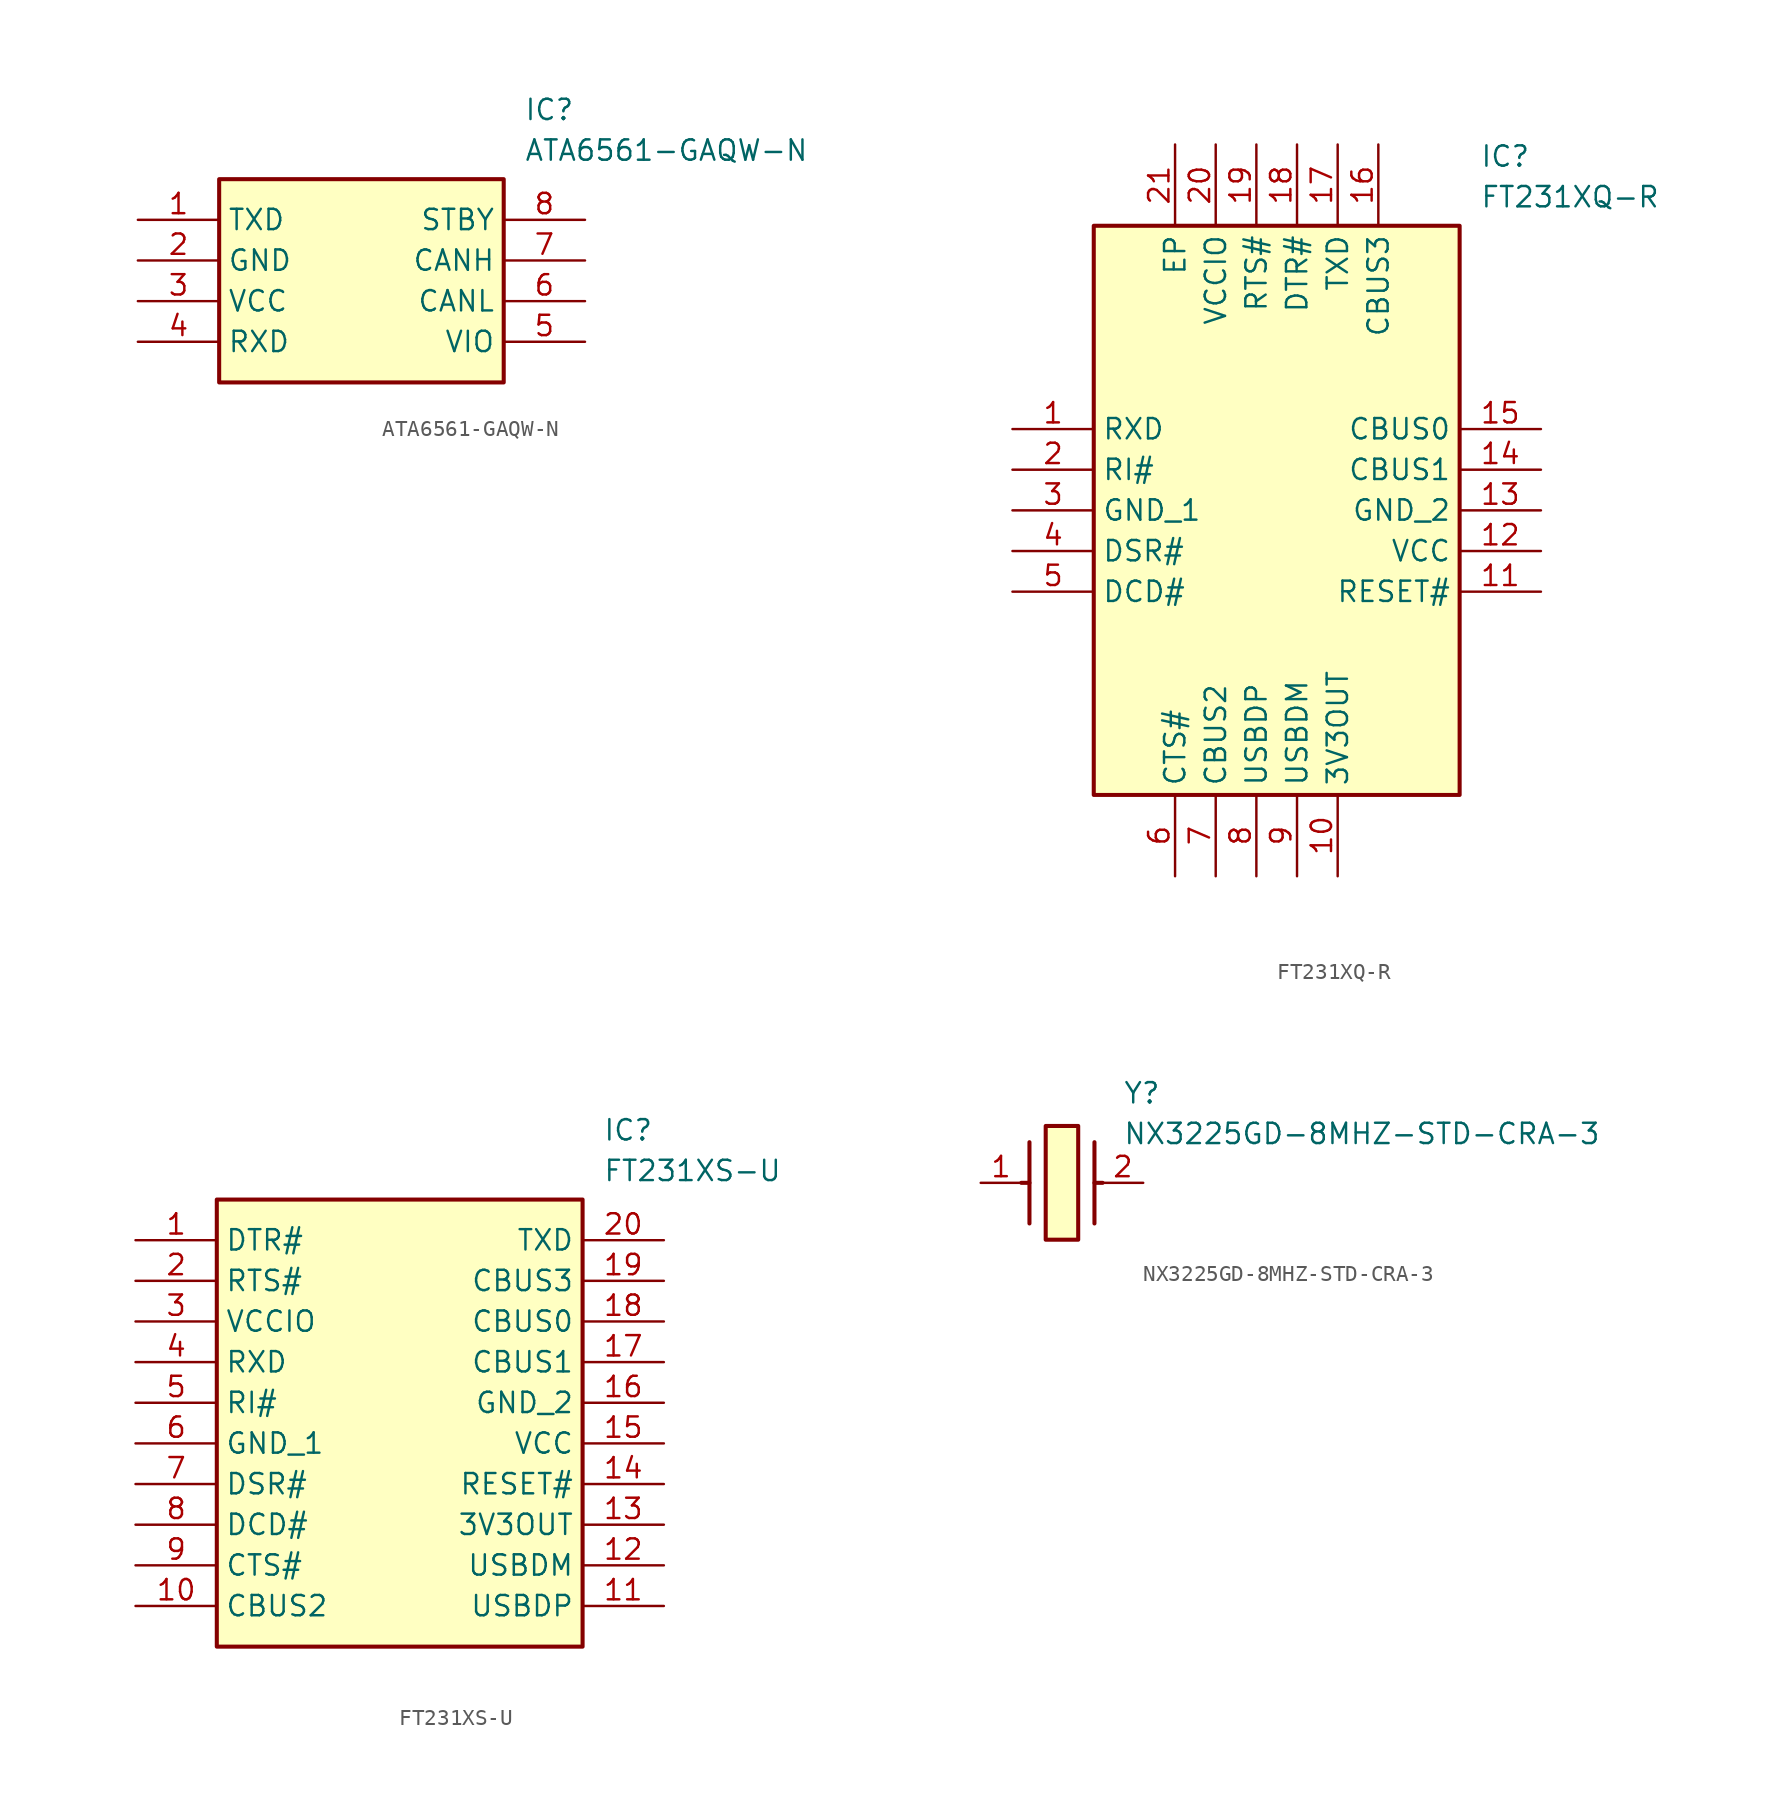
<source format=kicad_sym>
(kicad_symbol_lib
  (version 20241209)
  (generator "kicad_symbol_editor")
  (generator_version "9.0")
  (symbol "ATA6561-GAQW-N"
    (property "Reference" "IC"
      (at 24.13 7.62 0)
      (effects (font (size 1.27 1.27)) (justify left top)))
    (property "Value" "ATA6561-GAQW-N"
      (at 24.13 5.08 0)
      (effects (font (size 1.27 1.27)) (justify left top)))
    (symbol "ATA6561-GAQW-N_1_1"
      (rectangle (start 5.08 2.54) (end 22.86 -10.16) (stroke (width 0.254) (type default)) (fill (type background)))
      (pin passive line (at 0 0 0) (length 5.08) (name "TXD" (effects (font (size 1.27 1.27)))) (number "1" (effects (font (size 1.27 1.27)))))
      (pin passive line (at 0 -2.54 0) (length 5.08) (name "GND" (effects (font (size 1.27 1.27)))) (number "2" (effects (font (size 1.27 1.27)))))
      (pin passive line (at 0 -5.08 0) (length 5.08) (name "VCC" (effects (font (size 1.27 1.27)))) (number "3" (effects (font (size 1.27 1.27)))))
      (pin passive line (at 0 -7.62 0) (length 5.08) (name "RXD" (effects (font (size 1.27 1.27)))) (number "4" (effects (font (size 1.27 1.27)))))
      (pin passive line (at 27.94 0 180) (length 5.08) (name "STBY" (effects (font (size 1.27 1.27)))) (number "8" (effects (font (size 1.27 1.27)))))
      (pin passive line (at 27.94 -2.54 180) (length 5.08) (name "CANH" (effects (font (size 1.27 1.27)))) (number "7" (effects (font (size 1.27 1.27)))))
      (pin passive line (at 27.94 -5.08 180) (length 5.08) (name "CANL" (effects (font (size 1.27 1.27)))) (number "6" (effects (font (size 1.27 1.27)))))
      (pin passive line (at 27.94 -7.62 180) (length 5.08) (name "VIO" (effects (font (size 1.27 1.27)))) (number "5" (effects (font (size 1.27 1.27)))))))
  (symbol "FT231XQ-R"
    (property "Reference" "IC"
      (at 29.21 17.78 0)
      (effects (font (size 1.27 1.27)) (justify left top)))
    (property "Value" "FT231XQ-R"
      (at 29.21 15.24 0)
      (effects (font (size 1.27 1.27)) (justify left top)))
    (symbol "FT231XQ-R_1_1"
      (rectangle (start 5.08 12.7) (end 27.94 -22.86) (stroke (width 0.254) (type default)) (fill (type background)))
      (pin passive line (at 0 0 0) (length 5.08) (name "RXD" (effects (font (size 1.27 1.27)))) (number "1" (effects (font (size 1.27 1.27)))))
      (pin passive line (at 0 -2.54 0) (length 5.08) (name "RI#" (effects (font (size 1.27 1.27)))) (number "2" (effects (font (size 1.27 1.27)))))
      (pin passive line (at 0 -5.08 0) (length 5.08) (name "GND_1" (effects (font (size 1.27 1.27)))) (number "3" (effects (font (size 1.27 1.27)))))
      (pin passive line (at 0 -7.62 0) (length 5.08) (name "DSR#" (effects (font (size 1.27 1.27)))) (number "4" (effects (font (size 1.27 1.27)))))
      (pin passive line (at 0 -10.16 0) (length 5.08) (name "DCD#" (effects (font (size 1.27 1.27)))) (number "5" (effects (font (size 1.27 1.27)))))
      (pin passive line (at 10.16 17.78 270) (length 5.08) (name "EP" (effects (font (size 1.27 1.27)))) (number "21" (effects (font (size 1.27 1.27)))))
      (pin passive line (at 10.16 -27.94 90) (length 5.08) (name "CTS#" (effects (font (size 1.27 1.27)))) (number "6" (effects (font (size 1.27 1.27)))))
      (pin passive line (at 12.7 17.78 270) (length 5.08) (name "VCCIO" (effects (font (size 1.27 1.27)))) (number "20" (effects (font (size 1.27 1.27)))))
      (pin passive line (at 12.7 -27.94 90) (length 5.08) (name "CBUS2" (effects (font (size 1.27 1.27)))) (number "7" (effects (font (size 1.27 1.27)))))
      (pin passive line (at 15.24 17.78 270) (length 5.08) (name "RTS#" (effects (font (size 1.27 1.27)))) (number "19" (effects (font (size 1.27 1.27)))))
      (pin passive line (at 15.24 -27.94 90) (length 5.08) (name "USBDP" (effects (font (size 1.27 1.27)))) (number "8" (effects (font (size 1.27 1.27)))))
      (pin passive line (at 17.78 17.78 270) (length 5.08) (name "DTR#" (effects (font (size 1.27 1.27)))) (number "18" (effects (font (size 1.27 1.27)))))
      (pin passive line (at 17.78 -27.94 90) (length 5.08) (name "USBDM" (effects (font (size 1.27 1.27)))) (number "9" (effects (font (size 1.27 1.27)))))
      (pin passive line (at 20.32 17.78 270) (length 5.08) (name "TXD" (effects (font (size 1.27 1.27)))) (number "17" (effects (font (size 1.27 1.27)))))
      (pin passive line (at 20.32 -27.94 90) (length 5.08) (name "3V3OUT" (effects (font (size 1.27 1.27)))) (number "10" (effects (font (size 1.27 1.27)))))
      (pin passive line (at 22.86 17.78 270) (length 5.08) (name "CBUS3" (effects (font (size 1.27 1.27)))) (number "16" (effects (font (size 1.27 1.27)))))
      (pin passive line (at 33.02 0 180) (length 5.08) (name "CBUS0" (effects (font (size 1.27 1.27)))) (number "15" (effects (font (size 1.27 1.27)))))
      (pin passive line (at 33.02 -2.54 180) (length 5.08) (name "CBUS1" (effects (font (size 1.27 1.27)))) (number "14" (effects (font (size 1.27 1.27)))))
      (pin passive line (at 33.02 -5.08 180) (length 5.08) (name "GND_2" (effects (font (size 1.27 1.27)))) (number "13" (effects (font (size 1.27 1.27)))))
      (pin passive line (at 33.02 -7.62 180) (length 5.08) (name "VCC" (effects (font (size 1.27 1.27)))) (number "12" (effects (font (size 1.27 1.27)))))
      (pin passive line (at 33.02 -10.16 180) (length 5.08) (name "RESET#" (effects (font (size 1.27 1.27)))) (number "11" (effects (font (size 1.27 1.27)))))))
  (symbol "FT231XS-U"
    (property "Reference" "IC"
      (at 29.21 7.62 0)
      (effects (font (size 1.27 1.27)) (justify left top)))
    (property "Value" "FT231XS-U"
      (at 29.21 5.08 0)
      (effects (font (size 1.27 1.27)) (justify left top)))
    (symbol "FT231XS-U_1_1"
      (rectangle (start 5.08 2.54) (end 27.94 -25.4) (stroke (width 0.254) (type default)) (fill (type background)))
      (pin passive line (at 0 0 0) (length 5.08) (name "DTR#" (effects (font (size 1.27 1.27)))) (number "1" (effects (font (size 1.27 1.27)))))
      (pin passive line (at 0 -2.54 0) (length 5.08) (name "RTS#" (effects (font (size 1.27 1.27)))) (number "2" (effects (font (size 1.27 1.27)))))
      (pin passive line (at 0 -5.08 0) (length 5.08) (name "VCCIO" (effects (font (size 1.27 1.27)))) (number "3" (effects (font (size 1.27 1.27)))))
      (pin passive line (at 0 -7.62 0) (length 5.08) (name "RXD" (effects (font (size 1.27 1.27)))) (number "4" (effects (font (size 1.27 1.27)))))
      (pin passive line (at 0 -10.16 0) (length 5.08) (name "RI#" (effects (font (size 1.27 1.27)))) (number "5" (effects (font (size 1.27 1.27)))))
      (pin passive line (at 0 -12.7 0) (length 5.08) (name "GND_1" (effects (font (size 1.27 1.27)))) (number "6" (effects (font (size 1.27 1.27)))))
      (pin passive line (at 0 -15.24 0) (length 5.08) (name "DSR#" (effects (font (size 1.27 1.27)))) (number "7" (effects (font (size 1.27 1.27)))))
      (pin passive line (at 0 -17.78 0) (length 5.08) (name "DCD#" (effects (font (size 1.27 1.27)))) (number "8" (effects (font (size 1.27 1.27)))))
      (pin passive line (at 0 -20.32 0) (length 5.08) (name "CTS#" (effects (font (size 1.27 1.27)))) (number "9" (effects (font (size 1.27 1.27)))))
      (pin passive line (at 0 -22.86 0) (length 5.08) (name "CBUS2" (effects (font (size 1.27 1.27)))) (number "10" (effects (font (size 1.27 1.27)))))
      (pin passive line (at 33.02 0 180) (length 5.08) (name "TXD" (effects (font (size 1.27 1.27)))) (number "20" (effects (font (size 1.27 1.27)))))
      (pin passive line (at 33.02 -2.54 180) (length 5.08) (name "CBUS3" (effects (font (size 1.27 1.27)))) (number "19" (effects (font (size 1.27 1.27)))))
      (pin passive line (at 33.02 -5.08 180) (length 5.08) (name "CBUS0" (effects (font (size 1.27 1.27)))) (number "18" (effects (font (size 1.27 1.27)))))
      (pin passive line (at 33.02 -7.62 180) (length 5.08) (name "CBUS1" (effects (font (size 1.27 1.27)))) (number "17" (effects (font (size 1.27 1.27)))))
      (pin passive line (at 33.02 -10.16 180) (length 5.08) (name "GND_2" (effects (font (size 1.27 1.27)))) (number "16" (effects (font (size 1.27 1.27)))))
      (pin passive line (at 33.02 -12.7 180) (length 5.08) (name "VCC" (effects (font (size 1.27 1.27)))) (number "15" (effects (font (size 1.27 1.27)))))
      (pin passive line (at 33.02 -15.24 180) (length 5.08) (name "RESET#" (effects (font (size 1.27 1.27)))) (number "14" (effects (font (size 1.27 1.27)))))
      (pin passive line (at 33.02 -17.78 180) (length 5.08) (name "3V3OUT" (effects (font (size 1.27 1.27)))) (number "13" (effects (font (size 1.27 1.27)))))
      (pin passive line (at 33.02 -20.32 180) (length 5.08) (name "USBDM" (effects (font (size 1.27 1.27)))) (number "12" (effects (font (size 1.27 1.27)))))
      (pin passive line (at 33.02 -22.86 180) (length 5.08) (name "USBDP" (effects (font (size 1.27 1.27)))) (number "11" (effects (font (size 1.27 1.27)))))))
  (symbol "NX3225GD-8MHZ-STD-CRA-3"
    (pin_names
      (hide yes))
    (property "Reference" "Y"
      (at 8.89 6.35 0)
      (effects (font (size 1.27 1.27)) (justify left top)))
    (property "Value" "NX3225GD-8MHZ-STD-CRA-3"
      (at 8.89 3.81 0)
      (effects (font (size 1.27 1.27)) (justify left top)))
    (symbol "NX3225GD-8MHZ-STD-CRA-3_1_1"
      (polyline (pts (xy 3.048 2.54) (xy 3.048 -2.54)) (stroke (width 0.254) (type default)) (fill (type none)))
      (polyline (pts (xy 3.048 0) (xy 2.54 0)) (stroke (width 0.254) (type default)) (fill (type none)))
      (rectangle (start 4.064 3.556) (end 6.096 -3.556) (stroke (width 0.254) (type default)) (fill (type background)))
      (polyline (pts (xy 7.112 2.54) (xy 7.112 -2.54)) (stroke (width 0.254) (type default)) (fill (type none)))
      (polyline (pts (xy 7.112 0) (xy 7.62 0)) (stroke (width 0.254) (type default)) (fill (type none)))
      (pin passive line (at 0 0 0) (length 2.54) (name "1" (effects (font (size 1.27 1.27)))) (number "1" (effects (font (size 1.27 1.27)))))
      (pin passive line (at 10.16 0 180) (length 2.54) (name "2" (effects (font (size 1.27 1.27)))) (number "2" (effects (font (size 1.27 1.27))))))))
</source>
